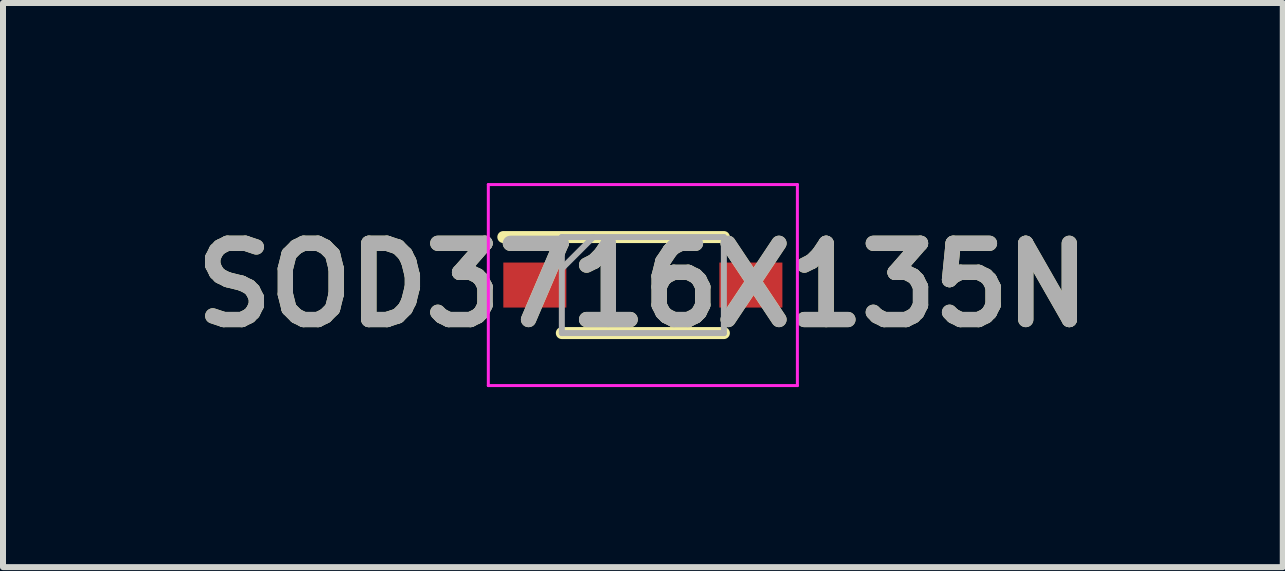
<source format=kicad_pcb>
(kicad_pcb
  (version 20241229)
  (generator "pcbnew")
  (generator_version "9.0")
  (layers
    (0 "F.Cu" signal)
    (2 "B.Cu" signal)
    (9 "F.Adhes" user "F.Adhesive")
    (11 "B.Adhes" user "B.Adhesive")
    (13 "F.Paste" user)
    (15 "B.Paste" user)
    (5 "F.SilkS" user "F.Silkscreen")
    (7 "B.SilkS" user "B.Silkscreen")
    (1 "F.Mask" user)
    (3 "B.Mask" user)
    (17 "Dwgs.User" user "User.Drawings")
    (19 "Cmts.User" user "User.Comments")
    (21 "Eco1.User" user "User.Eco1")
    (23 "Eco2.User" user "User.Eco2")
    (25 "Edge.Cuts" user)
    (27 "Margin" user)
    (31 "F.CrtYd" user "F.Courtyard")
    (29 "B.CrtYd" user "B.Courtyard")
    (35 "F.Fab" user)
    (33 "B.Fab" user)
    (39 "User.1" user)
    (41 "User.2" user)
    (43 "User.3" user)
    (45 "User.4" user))
  (footprint "SOD3716X135N"
    (layer "F.Cu")
    (at 7.662 1.7)
    (property "Reference" "SOD3716X135N" (at 0 0 0) (layer "F.SilkS") (effects (font (size 1.27 1.27) (thickness 0.254))))
    (attr smd)
    (fp_line (start -2.325 -0.8) (end 1.35 -0.8) (stroke (width 0.2) (type solid)) (layer "F.SilkS"))
    (fp_line (start -1.35 0.8) (end 1.35 0.8) (stroke (width 0.2) (type solid)) (layer "F.SilkS"))
    (fp_line (start -2.575 -1.675) (end 2.575 -1.675) (stroke (width 0.05) (type solid)) (layer "F.CrtYd"))
    (fp_line (start -2.575 1.675) (end -2.575 -1.675) (stroke (width 0.05) (type solid)) (layer "F.CrtYd"))
    (fp_line (start 2.575 -1.675) (end 2.575 1.675) (stroke (width 0.05) (type solid)) (layer "F.CrtYd"))
    (fp_line (start 2.575 1.675) (end -2.575 1.675) (stroke (width 0.05) (type solid)) (layer "F.CrtYd"))
    (fp_line (start -1.35 -0.8) (end 1.35 -0.8) (stroke (width 0.1) (type solid)) (layer "F.Fab"))
    (fp_line (start -1.35 -0.275) (end -0.825 -0.8) (stroke (width 0.1) (type solid)) (layer "F.Fab"))
    (fp_line (start -1.35 0.8) (end -1.35 -0.8) (stroke (width 0.1) (type solid)) (layer "F.Fab"))
    (fp_line (start 1.35 -0.8) (end 1.35 0.8) (stroke (width 0.1) (type solid)) (layer "F.Fab"))
    (fp_line (start 1.35 0.8) (end -1.35 0.8) (stroke (width 0.1) (type solid)) (layer "F.Fab"))
    (fp_text user "${REFERENCE}" (at 0 0 0) (layer "F.Fab") (effects (font (size 1.27 1.27) (thickness 0.254))))
    (pad "1" smd rect (at -1.8 0 90) (size 0.75 1.05) (layers "F.Cu" "F.Mask" "F.Paste"))
    (pad "2" smd rect (at 1.8 0 90) (size 0.75 1.05) (layers "F.Cu" "F.Mask" "F.Paste")))
  (gr_rect
    (start -3 -3)
    (end 18.325 6.4)
    (stroke (width 0.1) (type default))
    (fill no)
    (layer "Edge.Cuts")))
</source>
